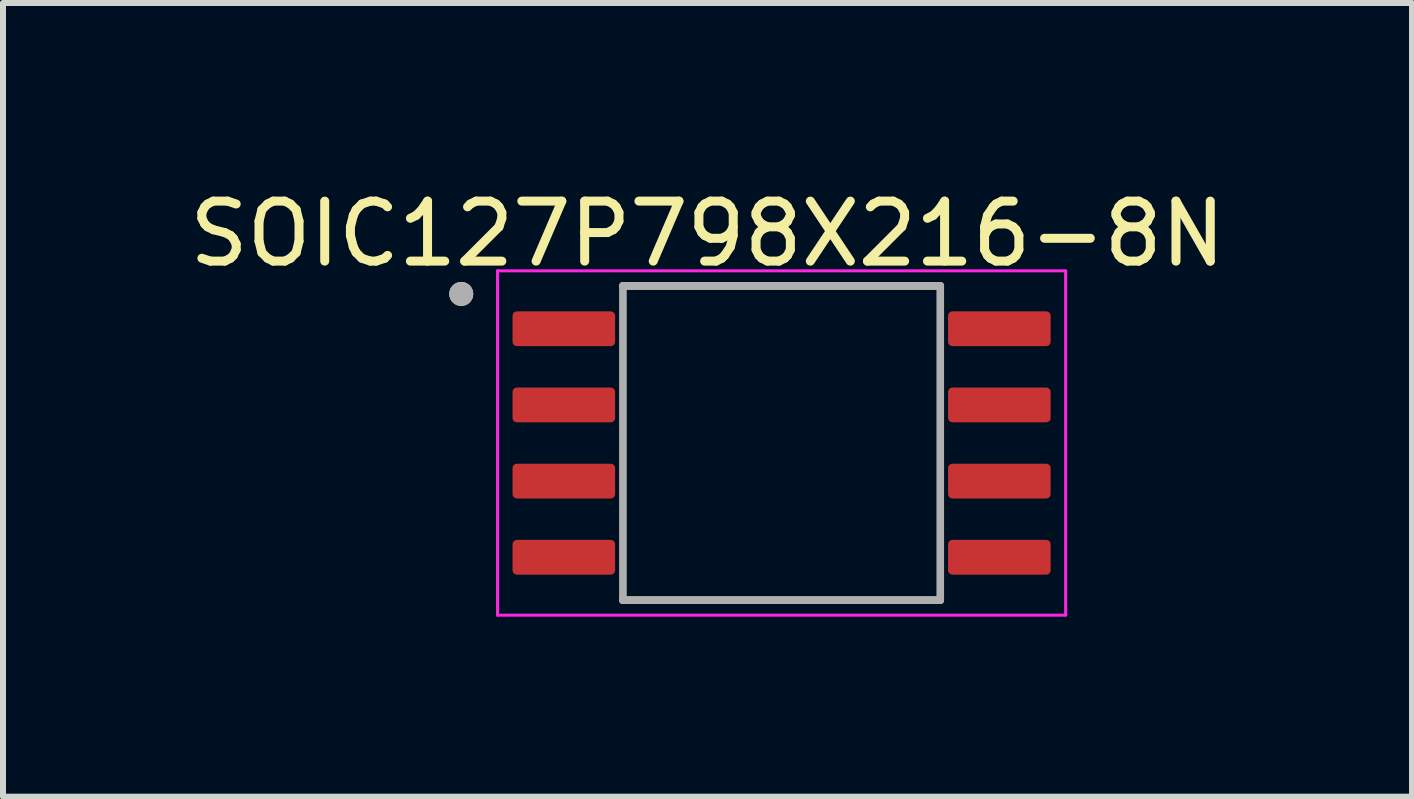
<source format=kicad_pcb>
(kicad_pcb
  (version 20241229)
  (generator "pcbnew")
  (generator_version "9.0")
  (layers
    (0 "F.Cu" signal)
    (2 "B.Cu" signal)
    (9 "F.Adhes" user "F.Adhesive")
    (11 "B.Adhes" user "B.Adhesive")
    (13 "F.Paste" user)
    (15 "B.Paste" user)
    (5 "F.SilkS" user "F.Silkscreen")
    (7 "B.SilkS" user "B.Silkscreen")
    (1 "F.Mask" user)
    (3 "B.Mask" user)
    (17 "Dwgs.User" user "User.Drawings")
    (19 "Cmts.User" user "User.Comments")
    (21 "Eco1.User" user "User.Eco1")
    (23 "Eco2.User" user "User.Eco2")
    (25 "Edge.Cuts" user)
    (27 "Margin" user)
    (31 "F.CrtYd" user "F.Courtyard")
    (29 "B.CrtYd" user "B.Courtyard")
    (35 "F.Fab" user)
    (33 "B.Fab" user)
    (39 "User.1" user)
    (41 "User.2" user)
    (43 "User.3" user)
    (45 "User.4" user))
  (footprint "SOIC127P798X216-8N"
    (layer "F.Cu")
    (at 9.979 4.335)
    (property "Reference" "SOIC127P798X216-8N" (at -1.235 -3.487 0) (layer "F.SilkS") (effects (font (size 1 1) (thickness 0.15))))
    (attr smd)
    (fp_line (start -2.645 -2.62) (end 2.645 -2.62) (stroke (width 0.127) (type solid)) (layer "F.SilkS"))
    (fp_line (start -2.645 2.62) (end 2.645 2.62) (stroke (width 0.127) (type solid)) (layer "F.SilkS"))
    (fp_circle (center -5.34 -2.485) (end -5.24 -2.485) (stroke (width 0.2) (type solid)) (fill no) (layer "F.SilkS"))
    (fp_line (start -4.735 -2.87) (end -4.735 2.87) (stroke (width 0.05) (type solid)) (layer "F.CrtYd"))
    (fp_line (start -4.735 -2.87) (end 4.735 -2.87) (stroke (width 0.05) (type solid)) (layer "F.CrtYd"))
    (fp_line (start -4.735 2.87) (end 4.735 2.87) (stroke (width 0.05) (type solid)) (layer "F.CrtYd"))
    (fp_line (start 4.735 -2.87) (end 4.735 2.87) (stroke (width 0.05) (type solid)) (layer "F.CrtYd"))
    (fp_line (start -2.645 -2.62) (end -2.645 2.62) (stroke (width 0.127) (type solid)) (layer "F.Fab"))
    (fp_line (start -2.645 -2.62) (end 2.645 -2.62) (stroke (width 0.127) (type solid)) (layer "F.Fab"))
    (fp_line (start -2.645 2.62) (end 2.645 2.62) (stroke (width 0.127) (type solid)) (layer "F.Fab"))
    (fp_line (start 2.645 -2.62) (end 2.645 2.62) (stroke (width 0.127) (type solid)) (layer "F.Fab"))
    (fp_circle (center -5.34 -2.485) (end -5.24 -2.485) (stroke (width 0.2) (type solid)) (fill no) (layer "F.Fab"))
    (pad "1" smd roundrect (at -3.63 -1.905) (size 1.71 0.58) (layers "F.Cu" "F.Mask" "F.Paste") (roundrect_rratio 0.125))
    (pad "2" smd roundrect (at -3.63 -0.635) (size 1.71 0.58) (layers "F.Cu" "F.Mask" "F.Paste") (roundrect_rratio 0.125))
    (pad "3" smd roundrect (at -3.63 0.635) (size 1.71 0.58) (layers "F.Cu" "F.Mask" "F.Paste") (roundrect_rratio 0.125))
    (pad "4" smd roundrect (at -3.63 1.905) (size 1.71 0.58) (layers "F.Cu" "F.Mask" "F.Paste") (roundrect_rratio 0.125))
    (pad "5" smd roundrect (at 3.63 1.905) (size 1.71 0.58) (layers "F.Cu" "F.Mask" "F.Paste") (roundrect_rratio 0.125))
    (pad "6" smd roundrect (at 3.63 0.635) (size 1.71 0.58) (layers "F.Cu" "F.Mask" "F.Paste") (roundrect_rratio 0.125))
    (pad "7" smd roundrect (at 3.63 -0.635) (size 1.71 0.58) (layers "F.Cu" "F.Mask" "F.Paste") (roundrect_rratio 0.125))
    (pad "8" smd roundrect (at 3.63 -1.905) (size 1.71 0.58) (layers "F.Cu" "F.Mask" "F.Paste") (roundrect_rratio 0.125)))
  (gr_rect
    (start -3 -3)
    (end 20.488 10.23)
    (stroke (width 0.1) (type default))
    (fill no)
    (layer "Edge.Cuts")))
</source>
